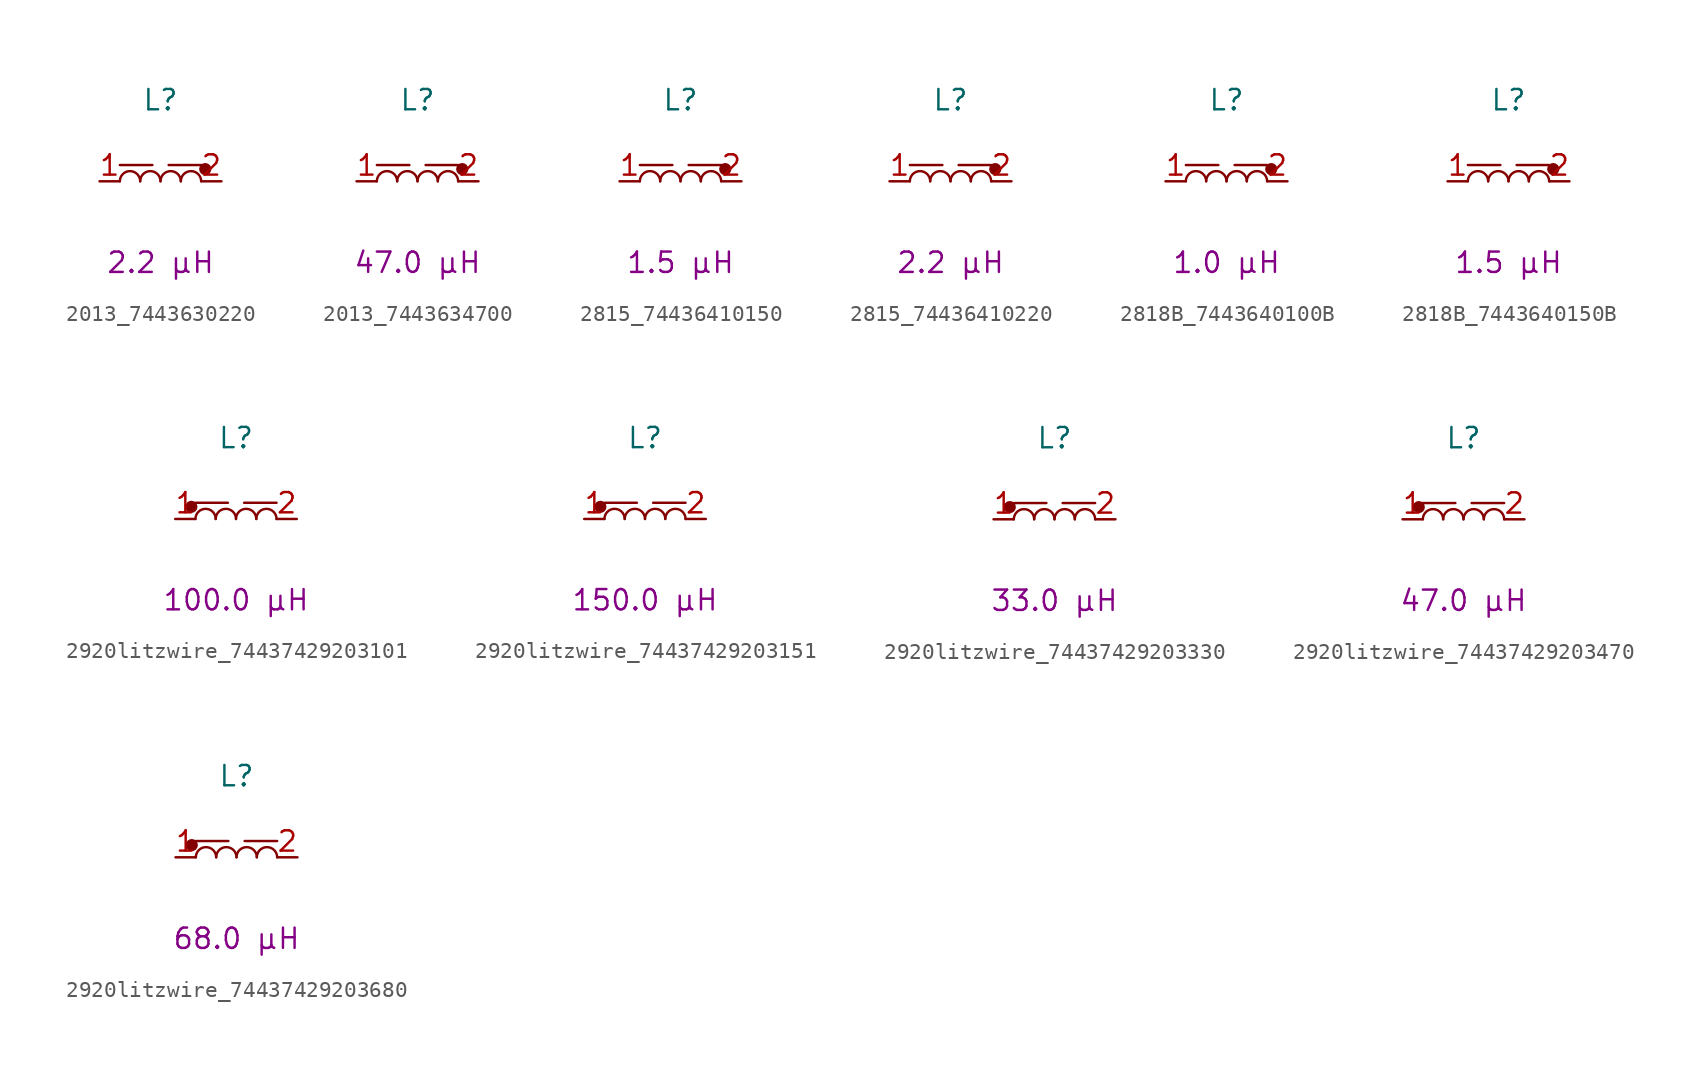
<source format=kicad_sym>
(kicad_symbol_lib
  (version 20220914)
  (generator kicad_symbol_editor)
  (symbol "2013_7443630220"
    (pin_names hide)
    (property "Reference" "L"
      (at 0 5.08 0)
      (effects (font (size 1.27 1.27))))
    (property "Critical Parameter" "2.2 µH"
      (at 0 -5.08 0)
      (effects (font (size 1.27 1.27))))
    (symbol "2013_7443630220_0_1"
      (arc (start -1.27 0) (mid -1.905 0.6323) (end -2.54 0) (stroke (width 0) (type default)) (fill (type none)))
      (arc (start 0 0) (mid -0.635 0.6323) (end -1.27 0) (stroke (width 0) (type default)) (fill (type none)))
      (polyline (pts (xy -2.54 1.016) (xy -0.508 1.016)) (stroke (width 0) (type default)) (fill (type none)))
      (arc (start 1.27 0) (mid 0.635 0.6323) (end 0 0) (stroke (width 0) (type default)) (fill (type none)))
      (arc (start 2.54 0) (mid 1.905 0.6323) (end 1.27 0) (stroke (width 0) (type default)) (fill (type none))))
    (symbol "2013_7443630220_1_1"
      (polyline (pts (xy 2.54 1.016) (xy 0.508 1.016)) (stroke (width 0) (type default)) (fill (type none)))
      (circle (center 2.794 0.762) (radius 0.0001) (stroke (width 0.381) (type default)) (fill (type none)))
      (pin passive line (at -3.81 0 0) (length 1.27) (name "1" (effects (font (size 1.27 1.27)))) (number "1" (effects (font (size 1.27 1.27)))))
      (pin passive line (at 3.81 0 180) (length 1.27) (name "2" (effects (font (size 1.27 1.27)))) (number "2" (effects (font (size 1.27 1.27)))))))
  (symbol "2013_7443634700"
    (pin_names hide)
    (property "Reference" "L"
      (at 0 5.08 0)
      (effects (font (size 1.27 1.27))))
    (property "Critical Parameter" "47.0 µH"
      (at 0 -5.08 0)
      (effects (font (size 1.27 1.27))))
    (symbol "2013_7443634700_0_1"
      (arc (start -1.27 0) (mid -1.905 0.6323) (end -2.54 0) (stroke (width 0) (type default)) (fill (type none)))
      (arc (start 0 0) (mid -0.635 0.6323) (end -1.27 0) (stroke (width 0) (type default)) (fill (type none)))
      (polyline (pts (xy -2.54 1.016) (xy -0.508 1.016)) (stroke (width 0) (type default)) (fill (type none)))
      (arc (start 1.27 0) (mid 0.635 0.6323) (end 0 0) (stroke (width 0) (type default)) (fill (type none)))
      (arc (start 2.54 0) (mid 1.905 0.6323) (end 1.27 0) (stroke (width 0) (type default)) (fill (type none))))
    (symbol "2013_7443634700_1_1"
      (polyline (pts (xy 2.54 1.016) (xy 0.508 1.016)) (stroke (width 0) (type default)) (fill (type none)))
      (circle (center 2.794 0.762) (radius 0.0001) (stroke (width 0.381) (type default)) (fill (type none)))
      (pin passive line (at -3.81 0 0) (length 1.27) (name "1" (effects (font (size 1.27 1.27)))) (number "1" (effects (font (size 1.27 1.27)))))
      (pin passive line (at 3.81 0 180) (length 1.27) (name "2" (effects (font (size 1.27 1.27)))) (number "2" (effects (font (size 1.27 1.27)))))))
  (symbol "2815_74436410150"
    (pin_names hide)
    (property "Reference" "L"
      (at 0 5.08 0)
      (effects (font (size 1.27 1.27))))
    (property "Critical Parameter" "1.5 µH"
      (at 0 -5.08 0)
      (effects (font (size 1.27 1.27))))
    (symbol "2815_74436410150_0_1"
      (arc (start -1.27 0) (mid -1.905 0.6323) (end -2.54 0) (stroke (width 0) (type default)) (fill (type none)))
      (arc (start 0 0) (mid -0.635 0.6323) (end -1.27 0) (stroke (width 0) (type default)) (fill (type none)))
      (polyline (pts (xy -2.54 1.016) (xy -0.508 1.016)) (stroke (width 0) (type default)) (fill (type none)))
      (arc (start 1.27 0) (mid 0.635 0.6323) (end 0 0) (stroke (width 0) (type default)) (fill (type none)))
      (arc (start 2.54 0) (mid 1.905 0.6323) (end 1.27 0) (stroke (width 0) (type default)) (fill (type none))))
    (symbol "2815_74436410150_1_1"
      (polyline (pts (xy 2.54 1.016) (xy 0.508 1.016)) (stroke (width 0) (type default)) (fill (type none)))
      (circle (center 2.794 0.762) (radius 0.0001) (stroke (width 0.381) (type default)) (fill (type none)))
      (pin passive line (at -3.81 0 0) (length 1.27) (name "1" (effects (font (size 1.27 1.27)))) (number "1" (effects (font (size 1.27 1.27)))))
      (pin passive line (at 3.81 0 180) (length 1.27) (name "2" (effects (font (size 1.27 1.27)))) (number "2" (effects (font (size 1.27 1.27)))))))
  (symbol "2815_74436410220"
    (pin_names hide)
    (property "Reference" "L"
      (at 0 5.08 0)
      (effects (font (size 1.27 1.27))))
    (property "Critical Parameter" "2.2 µH"
      (at 0 -5.08 0)
      (effects (font (size 1.27 1.27))))
    (symbol "2815_74436410220_0_1"
      (arc (start -1.27 0) (mid -1.905 0.6323) (end -2.54 0) (stroke (width 0) (type default)) (fill (type none)))
      (arc (start 0 0) (mid -0.635 0.6323) (end -1.27 0) (stroke (width 0) (type default)) (fill (type none)))
      (polyline (pts (xy -2.54 1.016) (xy -0.508 1.016)) (stroke (width 0) (type default)) (fill (type none)))
      (arc (start 1.27 0) (mid 0.635 0.6323) (end 0 0) (stroke (width 0) (type default)) (fill (type none)))
      (arc (start 2.54 0) (mid 1.905 0.6323) (end 1.27 0) (stroke (width 0) (type default)) (fill (type none))))
    (symbol "2815_74436410220_1_1"
      (polyline (pts (xy 2.54 1.016) (xy 0.508 1.016)) (stroke (width 0) (type default)) (fill (type none)))
      (circle (center 2.794 0.762) (radius 0.0001) (stroke (width 0.381) (type default)) (fill (type none)))
      (pin passive line (at -3.81 0 0) (length 1.27) (name "1" (effects (font (size 1.27 1.27)))) (number "1" (effects (font (size 1.27 1.27)))))
      (pin passive line (at 3.81 0 180) (length 1.27) (name "2" (effects (font (size 1.27 1.27)))) (number "2" (effects (font (size 1.27 1.27)))))))
  (symbol "2818B_7443640100B"
    (pin_names hide)
    (property "Reference" "L"
      (at 0 5.08 0)
      (effects (font (size 1.27 1.27))))
    (property "Critical Parameter" "1.0 µH"
      (at 0 -5.08 0)
      (effects (font (size 1.27 1.27))))
    (symbol "2818B_7443640100B_0_1"
      (arc (start -1.27 0) (mid -1.905 0.6323) (end -2.54 0) (stroke (width 0) (type default)) (fill (type none)))
      (arc (start 0 0) (mid -0.635 0.6323) (end -1.27 0) (stroke (width 0) (type default)) (fill (type none)))
      (polyline (pts (xy -2.54 1.016) (xy -0.508 1.016)) (stroke (width 0) (type default)) (fill (type none)))
      (arc (start 1.27 0) (mid 0.635 0.6323) (end 0 0) (stroke (width 0) (type default)) (fill (type none)))
      (arc (start 2.54 0) (mid 1.905 0.6323) (end 1.27 0) (stroke (width 0) (type default)) (fill (type none))))
    (symbol "2818B_7443640100B_1_1"
      (polyline (pts (xy 2.54 1.016) (xy 0.508 1.016)) (stroke (width 0) (type default)) (fill (type none)))
      (circle (center 2.794 0.762) (radius 0.0001) (stroke (width 0.381) (type default)) (fill (type none)))
      (pin passive line (at -3.81 0 0) (length 1.27) (name "1" (effects (font (size 1.27 1.27)))) (number "1" (effects (font (size 1.27 1.27)))))
      (pin passive line (at 3.81 0 180) (length 1.27) (name "2" (effects (font (size 1.27 1.27)))) (number "2" (effects (font (size 1.27 1.27)))))))
  (symbol "2818B_7443640150B"
    (pin_names hide)
    (property "Reference" "L"
      (at 0 5.08 0)
      (effects (font (size 1.27 1.27))))
    (property "Critical Parameter" "1.5 µH"
      (at 0 -5.08 0)
      (effects (font (size 1.27 1.27))))
    (symbol "2818B_7443640150B_0_1"
      (arc (start -1.27 0) (mid -1.905 0.6323) (end -2.54 0) (stroke (width 0) (type default)) (fill (type none)))
      (arc (start 0 0) (mid -0.635 0.6323) (end -1.27 0) (stroke (width 0) (type default)) (fill (type none)))
      (polyline (pts (xy -2.54 1.016) (xy -0.508 1.016)) (stroke (width 0) (type default)) (fill (type none)))
      (arc (start 1.27 0) (mid 0.635 0.6323) (end 0 0) (stroke (width 0) (type default)) (fill (type none)))
      (arc (start 2.54 0) (mid 1.905 0.6323) (end 1.27 0) (stroke (width 0) (type default)) (fill (type none))))
    (symbol "2818B_7443640150B_1_1"
      (polyline (pts (xy 2.54 1.016) (xy 0.508 1.016)) (stroke (width 0) (type default)) (fill (type none)))
      (circle (center 2.794 0.762) (radius 0.0001) (stroke (width 0.381) (type default)) (fill (type none)))
      (pin passive line (at -3.81 0 0) (length 1.27) (name "1" (effects (font (size 1.27 1.27)))) (number "1" (effects (font (size 1.27 1.27)))))
      (pin passive line (at 3.81 0 180) (length 1.27) (name "2" (effects (font (size 1.27 1.27)))) (number "2" (effects (font (size 1.27 1.27)))))))
  (symbol "2920litzwire_74437429203101"
    (pin_names hide)
    (property "Reference" "L"
      (at 0 5.08 0)
      (effects (font (size 1.27 1.27))))
    (property "Critical Parameter" "100.0 µH"
      (at 0 -5.08 0)
      (effects (font (size 1.27 1.27))))
    (symbol "2920litzwire_74437429203101_0_1"
      (arc (start -1.27 0) (mid -1.905 0.6323) (end -2.54 0) (stroke (width 0) (type default)) (fill (type none)))
      (arc (start 0 0) (mid -0.635 0.6323) (end -1.27 0) (stroke (width 0) (type default)) (fill (type none)))
      (polyline (pts (xy -2.54 1.016) (xy -0.508 1.016)) (stroke (width 0) (type default)) (fill (type none)))
      (arc (start 1.27 0) (mid 0.635 0.6323) (end 0 0) (stroke (width 0) (type default)) (fill (type none)))
      (arc (start 2.54 0) (mid 1.905 0.6323) (end 1.27 0) (stroke (width 0) (type default)) (fill (type none))))
    (symbol "2920litzwire_74437429203101_1_1"
      (circle (center -2.794 0.762) (radius 0.0001) (stroke (width 0.381) (type default)) (fill (type none)))
      (polyline (pts (xy 2.54 1.016) (xy 0.508 1.016)) (stroke (width 0) (type default)) (fill (type none)))
      (pin passive line (at -3.81 0 0) (length 1.27) (name "1" (effects (font (size 1.27 1.27)))) (number "1" (effects (font (size 1.27 1.27)))))
      (pin passive line (at 3.81 0 180) (length 1.27) (name "2" (effects (font (size 1.27 1.27)))) (number "2" (effects (font (size 1.27 1.27)))))))
  (symbol "2920litzwire_74437429203151"
    (pin_names hide)
    (property "Reference" "L"
      (at 0 5.08 0)
      (effects (font (size 1.27 1.27))))
    (property "Critical Parameter" "150.0 µH"
      (at 0 -5.08 0)
      (effects (font (size 1.27 1.27))))
    (symbol "2920litzwire_74437429203151_0_1"
      (arc (start -1.27 0) (mid -1.905 0.6323) (end -2.54 0) (stroke (width 0) (type default)) (fill (type none)))
      (arc (start 0 0) (mid -0.635 0.6323) (end -1.27 0) (stroke (width 0) (type default)) (fill (type none)))
      (polyline (pts (xy -2.54 1.016) (xy -0.508 1.016)) (stroke (width 0) (type default)) (fill (type none)))
      (arc (start 1.27 0) (mid 0.635 0.6323) (end 0 0) (stroke (width 0) (type default)) (fill (type none)))
      (arc (start 2.54 0) (mid 1.905 0.6323) (end 1.27 0) (stroke (width 0) (type default)) (fill (type none))))
    (symbol "2920litzwire_74437429203151_1_1"
      (circle (center -2.794 0.762) (radius 0.0001) (stroke (width 0.381) (type default)) (fill (type none)))
      (polyline (pts (xy 2.54 1.016) (xy 0.508 1.016)) (stroke (width 0) (type default)) (fill (type none)))
      (pin passive line (at -3.81 0 0) (length 1.27) (name "1" (effects (font (size 1.27 1.27)))) (number "1" (effects (font (size 1.27 1.27)))))
      (pin passive line (at 3.81 0 180) (length 1.27) (name "2" (effects (font (size 1.27 1.27)))) (number "2" (effects (font (size 1.27 1.27)))))))
  (symbol "2920litzwire_74437429203330"
    (pin_names hide)
    (property "Reference" "L"
      (at 0 5.08 0)
      (effects (font (size 1.27 1.27))))
    (property "Critical Parameter" "33.0 µH"
      (at 0 -5.08 0)
      (effects (font (size 1.27 1.27))))
    (symbol "2920litzwire_74437429203330_0_1"
      (arc (start -1.27 0) (mid -1.905 0.6323) (end -2.54 0) (stroke (width 0) (type default)) (fill (type none)))
      (arc (start 0 0) (mid -0.635 0.6323) (end -1.27 0) (stroke (width 0) (type default)) (fill (type none)))
      (polyline (pts (xy -2.54 1.016) (xy -0.508 1.016)) (stroke (width 0) (type default)) (fill (type none)))
      (arc (start 1.27 0) (mid 0.635 0.6323) (end 0 0) (stroke (width 0) (type default)) (fill (type none)))
      (arc (start 2.54 0) (mid 1.905 0.6323) (end 1.27 0) (stroke (width 0) (type default)) (fill (type none))))
    (symbol "2920litzwire_74437429203330_1_1"
      (circle (center -2.794 0.762) (radius 0.0001) (stroke (width 0.381) (type default)) (fill (type none)))
      (polyline (pts (xy 2.54 1.016) (xy 0.508 1.016)) (stroke (width 0) (type default)) (fill (type none)))
      (pin passive line (at -3.81 0 0) (length 1.27) (name "1" (effects (font (size 1.27 1.27)))) (number "1" (effects (font (size 1.27 1.27)))))
      (pin passive line (at 3.81 0 180) (length 1.27) (name "2" (effects (font (size 1.27 1.27)))) (number "2" (effects (font (size 1.27 1.27)))))))
  (symbol "2920litzwire_74437429203470"
    (pin_names hide)
    (property "Reference" "L"
      (at 0 5.08 0)
      (effects (font (size 1.27 1.27))))
    (property "Critical Parameter" "47.0 µH"
      (at 0 -5.08 0)
      (effects (font (size 1.27 1.27))))
    (symbol "2920litzwire_74437429203470_0_1"
      (arc (start -1.27 0) (mid -1.905 0.6323) (end -2.54 0) (stroke (width 0) (type default)) (fill (type none)))
      (arc (start 0 0) (mid -0.635 0.6323) (end -1.27 0) (stroke (width 0) (type default)) (fill (type none)))
      (polyline (pts (xy -2.54 1.016) (xy -0.508 1.016)) (stroke (width 0) (type default)) (fill (type none)))
      (arc (start 1.27 0) (mid 0.635 0.6323) (end 0 0) (stroke (width 0) (type default)) (fill (type none)))
      (arc (start 2.54 0) (mid 1.905 0.6323) (end 1.27 0) (stroke (width 0) (type default)) (fill (type none))))
    (symbol "2920litzwire_74437429203470_1_1"
      (circle (center -2.794 0.762) (radius 0.0001) (stroke (width 0.381) (type default)) (fill (type none)))
      (polyline (pts (xy 2.54 1.016) (xy 0.508 1.016)) (stroke (width 0) (type default)) (fill (type none)))
      (pin passive line (at -3.81 0 0) (length 1.27) (name "1" (effects (font (size 1.27 1.27)))) (number "1" (effects (font (size 1.27 1.27)))))
      (pin passive line (at 3.81 0 180) (length 1.27) (name "2" (effects (font (size 1.27 1.27)))) (number "2" (effects (font (size 1.27 1.27)))))))
  (symbol "2920litzwire_74437429203680"
    (pin_names hide)
    (property "Reference" "L"
      (at 0 5.08 0)
      (effects (font (size 1.27 1.27))))
    (property "Critical Parameter" "68.0 µH"
      (at 0 -5.08 0)
      (effects (font (size 1.27 1.27))))
    (symbol "2920litzwire_74437429203680_0_1"
      (arc (start -1.27 0) (mid -1.905 0.6323) (end -2.54 0) (stroke (width 0) (type default)) (fill (type none)))
      (arc (start 0 0) (mid -0.635 0.6323) (end -1.27 0) (stroke (width 0) (type default)) (fill (type none)))
      (polyline (pts (xy -2.54 1.016) (xy -0.508 1.016)) (stroke (width 0) (type default)) (fill (type none)))
      (arc (start 1.27 0) (mid 0.635 0.6323) (end 0 0) (stroke (width 0) (type default)) (fill (type none)))
      (arc (start 2.54 0) (mid 1.905 0.6323) (end 1.27 0) (stroke (width 0) (type default)) (fill (type none))))
    (symbol "2920litzwire_74437429203680_1_1"
      (circle (center -2.794 0.762) (radius 0.0001) (stroke (width 0.381) (type default)) (fill (type none)))
      (polyline (pts (xy 2.54 1.016) (xy 0.508 1.016)) (stroke (width 0) (type default)) (fill (type none)))
      (pin passive line (at -3.81 0 0) (length 1.27) (name "1" (effects (font (size 1.27 1.27)))) (number "1" (effects (font (size 1.27 1.27)))))
      (pin passive line (at 3.81 0 180) (length 1.27) (name "2" (effects (font (size 1.27 1.27)))) (number "2" (effects (font (size 1.27 1.27))))))))
</source>
